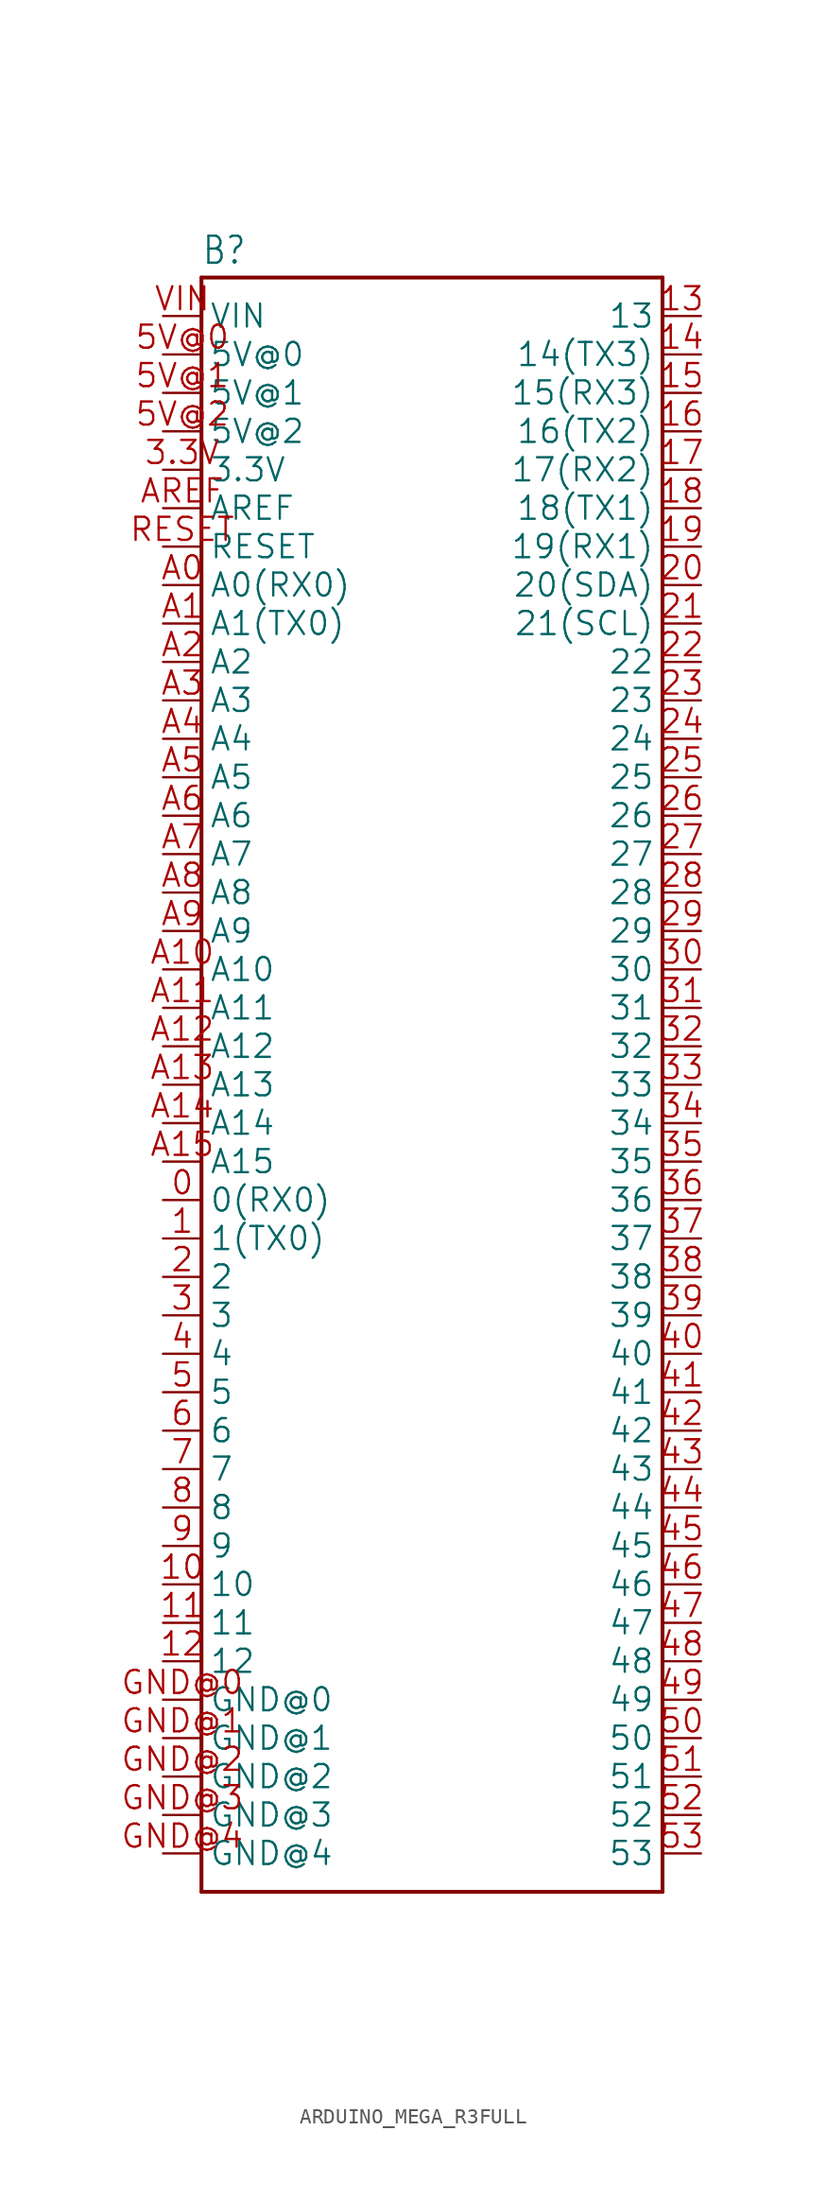
<source format=kicad_sym>
(kicad_symbol_lib
  (version 20241209)
  (generator "kicad_symbol_editor")
  (generator_version "9.0")
  (symbol "ARDUINO_MEGA_R3FULL"
    (property "Reference" "B"
      (at -15.24 54.102 0)
      (effects (font (size 1.778 1.511)) (justify left bottom)))
    (property "Value" ""
      (at -15.24 -55.88 0)
      (effects (font (size 1.778 1.511)) (justify left bottom)))
    (property "ki_locked" ""
      (at 0 0 0)
      (effects (font (size 1.27 1.27))))
    (symbol "ARDUINO_MEGA_R3FULL_1_0"
      (polyline (pts (xy -15.24 53.34) (xy -15.24 -53.34)) (stroke (width 0.254) (type solid)) (fill (type none)))
      (polyline (pts (xy -15.24 -53.34) (xy 15.24 -53.34)) (stroke (width 0.254) (type solid)) (fill (type none)))
      (polyline (pts (xy 15.24 53.34) (xy -15.24 53.34)) (stroke (width 0.254) (type solid)) (fill (type none)))
      (polyline (pts (xy 15.24 -53.34) (xy 15.24 53.34)) (stroke (width 0.254) (type solid)) (fill (type none)))
      (pin bidirectional line (at -17.78 50.8 0) (length 2.54) (name "VIN" (effects (font (size 1.524 1.524)))) (number "VIN" (effects (font (size 1.524 1.524)))))
      (pin bidirectional line (at -17.78 48.26 0) (length 2.54) (name "5V@0" (effects (font (size 1.524 1.524)))) (number "5V@0" (effects (font (size 1.524 1.524)))))
      (pin bidirectional line (at -17.78 45.72 0) (length 2.54) (name "5V@1" (effects (font (size 1.524 1.524)))) (number "5V@1" (effects (font (size 1.524 1.524)))))
      (pin bidirectional line (at -17.78 43.18 0) (length 2.54) (name "5V@2" (effects (font (size 1.524 1.524)))) (number "5V@2" (effects (font (size 1.524 1.524)))))
      (pin bidirectional line (at -17.78 40.64 0) (length 2.54) (name "3.3V" (effects (font (size 1.524 1.524)))) (number "3.3V" (effects (font (size 1.524 1.524)))))
      (pin bidirectional line (at -17.78 38.1 0) (length 2.54) (name "AREF" (effects (font (size 1.524 1.524)))) (number "AREF" (effects (font (size 1.524 1.524)))))
      (pin bidirectional line (at -17.78 35.56 0) (length 2.54) (name "RESET" (effects (font (size 1.524 1.524)))) (number "RESET" (effects (font (size 1.524 1.524)))))
      (pin bidirectional line (at -17.78 33.02 0) (length 2.54) (name "A0(RX0)" (effects (font (size 1.524 1.524)))) (number "A0" (effects (font (size 1.524 1.524)))))
      (pin bidirectional line (at -17.78 30.48 0) (length 2.54) (name "A1(TX0)" (effects (font (size 1.524 1.524)))) (number "A1" (effects (font (size 1.524 1.524)))))
      (pin bidirectional line (at -17.78 27.94 0) (length 2.54) (name "A2" (effects (font (size 1.524 1.524)))) (number "A2" (effects (font (size 1.524 1.524)))))
      (pin bidirectional line (at -17.78 25.4 0) (length 2.54) (name "A3" (effects (font (size 1.524 1.524)))) (number "A3" (effects (font (size 1.524 1.524)))))
      (pin bidirectional line (at -17.78 22.86 0) (length 2.54) (name "A4" (effects (font (size 1.524 1.524)))) (number "A4" (effects (font (size 1.524 1.524)))))
      (pin bidirectional line (at -17.78 20.32 0) (length 2.54) (name "A5" (effects (font (size 1.524 1.524)))) (number "A5" (effects (font (size 1.524 1.524)))))
      (pin bidirectional line (at -17.78 17.78 0) (length 2.54) (name "A6" (effects (font (size 1.524 1.524)))) (number "A6" (effects (font (size 1.524 1.524)))))
      (pin bidirectional line (at -17.78 15.24 0) (length 2.54) (name "A7" (effects (font (size 1.524 1.524)))) (number "A7" (effects (font (size 1.524 1.524)))))
      (pin bidirectional line (at -17.78 12.7 0) (length 2.54) (name "A8" (effects (font (size 1.524 1.524)))) (number "A8" (effects (font (size 1.524 1.524)))))
      (pin bidirectional line (at -17.78 10.16 0) (length 2.54) (name "A9" (effects (font (size 1.524 1.524)))) (number "A9" (effects (font (size 1.524 1.524)))))
      (pin bidirectional line (at -17.78 7.62 0) (length 2.54) (name "A10" (effects (font (size 1.524 1.524)))) (number "A10" (effects (font (size 1.524 1.524)))))
      (pin bidirectional line (at -17.78 5.08 0) (length 2.54) (name "A11" (effects (font (size 1.524 1.524)))) (number "A11" (effects (font (size 1.524 1.524)))))
      (pin bidirectional line (at -17.78 2.54 0) (length 2.54) (name "A12" (effects (font (size 1.524 1.524)))) (number "A12" (effects (font (size 1.524 1.524)))))
      (pin bidirectional line (at -17.78 0 0) (length 2.54) (name "A13" (effects (font (size 1.524 1.524)))) (number "A13" (effects (font (size 1.524 1.524)))))
      (pin bidirectional line (at -17.78 -2.54 0) (length 2.54) (name "A14" (effects (font (size 1.524 1.524)))) (number "A14" (effects (font (size 1.524 1.524)))))
      (pin bidirectional line (at -17.78 -5.08 0) (length 2.54) (name "A15" (effects (font (size 1.524 1.524)))) (number "A15" (effects (font (size 1.524 1.524)))))
      (pin bidirectional line (at -17.78 -7.62 0) (length 2.54) (name "0(RX0)" (effects (font (size 1.524 1.524)))) (number "0" (effects (font (size 1.524 1.524)))))
      (pin bidirectional line (at -17.78 -10.16 0) (length 2.54) (name "1(TX0)" (effects (font (size 1.524 1.524)))) (number "1" (effects (font (size 1.524 1.524)))))
      (pin bidirectional line (at -17.78 -12.7 0) (length 2.54) (name "2" (effects (font (size 1.524 1.524)))) (number "2" (effects (font (size 1.524 1.524)))))
      (pin bidirectional line (at -17.78 -15.24 0) (length 2.54) (name "3" (effects (font (size 1.524 1.524)))) (number "3" (effects (font (size 1.524 1.524)))))
      (pin bidirectional line (at -17.78 -17.78 0) (length 2.54) (name "4" (effects (font (size 1.524 1.524)))) (number "4" (effects (font (size 1.524 1.524)))))
      (pin bidirectional line (at -17.78 -20.32 0) (length 2.54) (name "5" (effects (font (size 1.524 1.524)))) (number "5" (effects (font (size 1.524 1.524)))))
      (pin bidirectional line (at -17.78 -22.86 0) (length 2.54) (name "6" (effects (font (size 1.524 1.524)))) (number "6" (effects (font (size 1.524 1.524)))))
      (pin bidirectional line (at -17.78 -25.4 0) (length 2.54) (name "7" (effects (font (size 1.524 1.524)))) (number "7" (effects (font (size 1.524 1.524)))))
      (pin bidirectional line (at -17.78 -27.94 0) (length 2.54) (name "8" (effects (font (size 1.524 1.524)))) (number "8" (effects (font (size 1.524 1.524)))))
      (pin bidirectional line (at -17.78 -30.48 0) (length 2.54) (name "9" (effects (font (size 1.524 1.524)))) (number "9" (effects (font (size 1.524 1.524)))))
      (pin bidirectional line (at -17.78 -33.02 0) (length 2.54) (name "10" (effects (font (size 1.524 1.524)))) (number "10" (effects (font (size 1.524 1.524)))))
      (pin bidirectional line (at -17.78 -35.56 0) (length 2.54) (name "11" (effects (font (size 1.524 1.524)))) (number "11" (effects (font (size 1.524 1.524)))))
      (pin bidirectional line (at -17.78 -38.1 0) (length 2.54) (name "12" (effects (font (size 1.524 1.524)))) (number "12" (effects (font (size 1.524 1.524)))))
      (pin bidirectional line (at -17.78 -40.64 0) (length 2.54) (name "GND@0" (effects (font (size 1.524 1.524)))) (number "GND@0" (effects (font (size 1.524 1.524)))))
      (pin bidirectional line (at -17.78 -43.18 0) (length 2.54) (name "GND@1" (effects (font (size 1.524 1.524)))) (number "GND@1" (effects (font (size 1.524 1.524)))))
      (pin bidirectional line (at -17.78 -45.72 0) (length 2.54) (name "GND@2" (effects (font (size 1.524 1.524)))) (number "GND@2" (effects (font (size 1.524 1.524)))))
      (pin bidirectional line (at -17.78 -48.26 0) (length 2.54) (name "GND@3" (effects (font (size 1.524 1.524)))) (number "GND@3" (effects (font (size 1.524 1.524)))))
      (pin bidirectional line (at -17.78 -50.8 0) (length 2.54) (name "GND@4" (effects (font (size 1.524 1.524)))) (number "GND@4" (effects (font (size 1.524 1.524)))))
      (pin bidirectional line (at 17.78 50.8 180) (length 2.54) (name "13" (effects (font (size 1.524 1.524)))) (number "13" (effects (font (size 1.524 1.524)))))
      (pin bidirectional line (at 17.78 48.26 180) (length 2.54) (name "14(TX3)" (effects (font (size 1.524 1.524)))) (number "14" (effects (font (size 1.524 1.524)))))
      (pin bidirectional line (at 17.78 45.72 180) (length 2.54) (name "15(RX3)" (effects (font (size 1.524 1.524)))) (number "15" (effects (font (size 1.524 1.524)))))
      (pin bidirectional line (at 17.78 43.18 180) (length 2.54) (name "16(TX2)" (effects (font (size 1.524 1.524)))) (number "16" (effects (font (size 1.524 1.524)))))
      (pin bidirectional line (at 17.78 40.64 180) (length 2.54) (name "17(RX2)" (effects (font (size 1.524 1.524)))) (number "17" (effects (font (size 1.524 1.524)))))
      (pin bidirectional line (at 17.78 38.1 180) (length 2.54) (name "18(TX1)" (effects (font (size 1.524 1.524)))) (number "18" (effects (font (size 1.524 1.524)))))
      (pin bidirectional line (at 17.78 35.56 180) (length 2.54) (name "19(RX1)" (effects (font (size 1.524 1.524)))) (number "19" (effects (font (size 1.524 1.524)))))
      (pin bidirectional line (at 17.78 33.02 180) (length 2.54) (name "20(SDA)" (effects (font (size 1.524 1.524)))) (number "20" (effects (font (size 1.524 1.524)))))
      (pin bidirectional line (at 17.78 30.48 180) (length 2.54) (name "21(SCL)" (effects (font (size 1.524 1.524)))) (number "21" (effects (font (size 1.524 1.524)))))
      (pin bidirectional line (at 17.78 27.94 180) (length 2.54) (name "22" (effects (font (size 1.524 1.524)))) (number "22" (effects (font (size 1.524 1.524)))))
      (pin bidirectional line (at 17.78 25.4 180) (length 2.54) (name "23" (effects (font (size 1.524 1.524)))) (number "23" (effects (font (size 1.524 1.524)))))
      (pin bidirectional line (at 17.78 22.86 180) (length 2.54) (name "24" (effects (font (size 1.524 1.524)))) (number "24" (effects (font (size 1.524 1.524)))))
      (pin bidirectional line (at 17.78 20.32 180) (length 2.54) (name "25" (effects (font (size 1.524 1.524)))) (number "25" (effects (font (size 1.524 1.524)))))
      (pin bidirectional line (at 17.78 17.78 180) (length 2.54) (name "26" (effects (font (size 1.524 1.524)))) (number "26" (effects (font (size 1.524 1.524)))))
      (pin bidirectional line (at 17.78 15.24 180) (length 2.54) (name "27" (effects (font (size 1.524 1.524)))) (number "27" (effects (font (size 1.524 1.524)))))
      (pin bidirectional line (at 17.78 12.7 180) (length 2.54) (name "28" (effects (font (size 1.524 1.524)))) (number "28" (effects (font (size 1.524 1.524)))))
      (pin bidirectional line (at 17.78 10.16 180) (length 2.54) (name "29" (effects (font (size 1.524 1.524)))) (number "29" (effects (font (size 1.524 1.524)))))
      (pin bidirectional line (at 17.78 7.62 180) (length 2.54) (name "30" (effects (font (size 1.524 1.524)))) (number "30" (effects (font (size 1.524 1.524)))))
      (pin bidirectional line (at 17.78 5.08 180) (length 2.54) (name "31" (effects (font (size 1.524 1.524)))) (number "31" (effects (font (size 1.524 1.524)))))
      (pin bidirectional line (at 17.78 2.54 180) (length 2.54) (name "32" (effects (font (size 1.524 1.524)))) (number "32" (effects (font (size 1.524 1.524)))))
      (pin bidirectional line (at 17.78 0 180) (length 2.54) (name "33" (effects (font (size 1.524 1.524)))) (number "33" (effects (font (size 1.524 1.524)))))
      (pin bidirectional line (at 17.78 -2.54 180) (length 2.54) (name "34" (effects (font (size 1.524 1.524)))) (number "34" (effects (font (size 1.524 1.524)))))
      (pin bidirectional line (at 17.78 -5.08 180) (length 2.54) (name "35" (effects (font (size 1.524 1.524)))) (number "35" (effects (font (size 1.524 1.524)))))
      (pin bidirectional line (at 17.78 -7.62 180) (length 2.54) (name "36" (effects (font (size 1.524 1.524)))) (number "36" (effects (font (size 1.524 1.524)))))
      (pin bidirectional line (at 17.78 -10.16 180) (length 2.54) (name "37" (effects (font (size 1.524 1.524)))) (number "37" (effects (font (size 1.524 1.524)))))
      (pin bidirectional line (at 17.78 -12.7 180) (length 2.54) (name "38" (effects (font (size 1.524 1.524)))) (number "38" (effects (font (size 1.524 1.524)))))
      (pin bidirectional line (at 17.78 -15.24 180) (length 2.54) (name "39" (effects (font (size 1.524 1.524)))) (number "39" (effects (font (size 1.524 1.524)))))
      (pin bidirectional line (at 17.78 -17.78 180) (length 2.54) (name "40" (effects (font (size 1.524 1.524)))) (number "40" (effects (font (size 1.524 1.524)))))
      (pin bidirectional line (at 17.78 -20.32 180) (length 2.54) (name "41" (effects (font (size 1.524 1.524)))) (number "41" (effects (font (size 1.524 1.524)))))
      (pin bidirectional line (at 17.78 -22.86 180) (length 2.54) (name "42" (effects (font (size 1.524 1.524)))) (number "42" (effects (font (size 1.524 1.524)))))
      (pin bidirectional line (at 17.78 -25.4 180) (length 2.54) (name "43" (effects (font (size 1.524 1.524)))) (number "43" (effects (font (size 1.524 1.524)))))
      (pin bidirectional line (at 17.78 -27.94 180) (length 2.54) (name "44" (effects (font (size 1.524 1.524)))) (number "44" (effects (font (size 1.524 1.524)))))
      (pin bidirectional line (at 17.78 -30.48 180) (length 2.54) (name "45" (effects (font (size 1.524 1.524)))) (number "45" (effects (font (size 1.524 1.524)))))
      (pin bidirectional line (at 17.78 -33.02 180) (length 2.54) (name "46" (effects (font (size 1.524 1.524)))) (number "46" (effects (font (size 1.524 1.524)))))
      (pin bidirectional line (at 17.78 -35.56 180) (length 2.54) (name "47" (effects (font (size 1.524 1.524)))) (number "47" (effects (font (size 1.524 1.524)))))
      (pin bidirectional line (at 17.78 -38.1 180) (length 2.54) (name "48" (effects (font (size 1.524 1.524)))) (number "48" (effects (font (size 1.524 1.524)))))
      (pin bidirectional line (at 17.78 -40.64 180) (length 2.54) (name "49" (effects (font (size 1.524 1.524)))) (number "49" (effects (font (size 1.524 1.524)))))
      (pin bidirectional line (at 17.78 -43.18 180) (length 2.54) (name "50" (effects (font (size 1.524 1.524)))) (number "50" (effects (font (size 1.524 1.524)))))
      (pin bidirectional line (at 17.78 -45.72 180) (length 2.54) (name "51" (effects (font (size 1.524 1.524)))) (number "51" (effects (font (size 1.524 1.524)))))
      (pin bidirectional line (at 17.78 -48.26 180) (length 2.54) (name "52" (effects (font (size 1.524 1.524)))) (number "52" (effects (font (size 1.524 1.524)))))
      (pin bidirectional line (at 17.78 -50.8 180) (length 2.54) (name "53" (effects (font (size 1.524 1.524)))) (number "53" (effects (font (size 1.524 1.524))))))))
</source>
